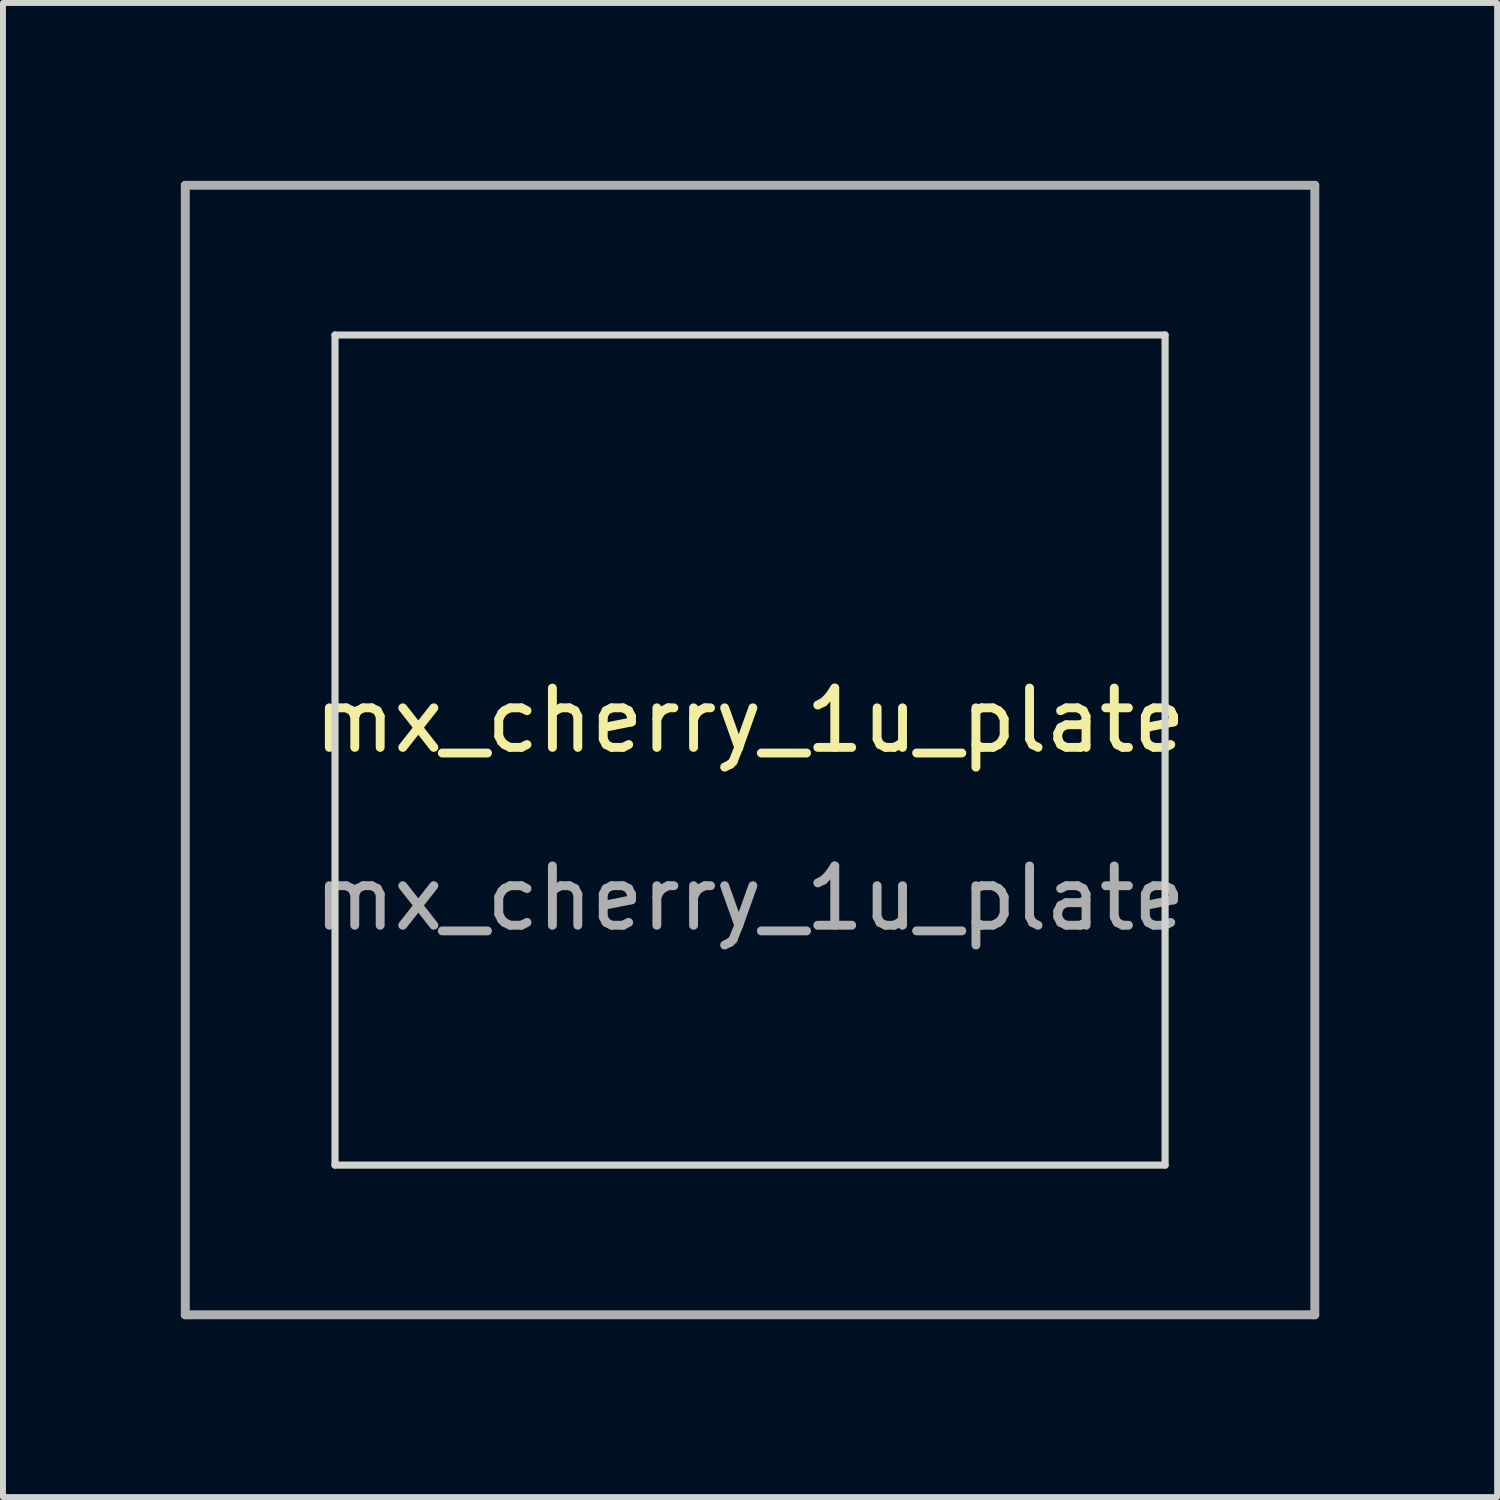
<source format=kicad_pcb>
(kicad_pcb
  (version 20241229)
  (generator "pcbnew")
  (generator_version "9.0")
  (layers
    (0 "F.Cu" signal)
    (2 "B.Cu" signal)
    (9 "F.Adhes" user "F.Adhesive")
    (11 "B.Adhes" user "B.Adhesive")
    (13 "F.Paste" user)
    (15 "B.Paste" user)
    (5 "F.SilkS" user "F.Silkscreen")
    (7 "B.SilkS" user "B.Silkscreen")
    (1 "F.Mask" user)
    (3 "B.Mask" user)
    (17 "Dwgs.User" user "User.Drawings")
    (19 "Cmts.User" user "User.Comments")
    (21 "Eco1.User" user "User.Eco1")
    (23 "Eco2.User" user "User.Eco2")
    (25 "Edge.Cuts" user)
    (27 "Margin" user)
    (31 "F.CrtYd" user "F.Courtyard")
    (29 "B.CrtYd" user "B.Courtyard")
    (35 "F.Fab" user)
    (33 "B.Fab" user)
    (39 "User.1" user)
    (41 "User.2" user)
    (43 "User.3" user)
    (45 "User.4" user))
  (footprint "mx_cherry_1u_plate"
    (layer "F.Cu")
    (at 9.6 9.6)
    (property "Reference" "mx_cherry_1u_plate" (at 0 -0.5 0) (unlocked yes) (layer "F.SilkS") (effects (font (size 1 1) (thickness 0.15))))
    (fp_line (start -7 -7) (end -7 7) (stroke (width 0.12) (type solid)) (layer "Edge.Cuts"))
    (fp_line (start -7 7) (end 7 7) (stroke (width 0.12) (type solid)) (layer "Edge.Cuts"))
    (fp_line (start 7 -7) (end -7 -7) (stroke (width 0.12) (type solid)) (layer "Edge.Cuts"))
    (fp_line (start 7 7) (end 7 -7) (stroke (width 0.12) (type solid)) (layer "Edge.Cuts"))
    (fp_line (start -9.525 -9.525) (end -9.525 9.525) (stroke (width 0.15) (type solid)) (layer "F.Fab"))
    (fp_line (start -9.525 9.525) (end 9.525 9.525) (stroke (width 0.15) (type solid)) (layer "F.Fab"))
    (fp_line (start 9.525 -9.525) (end -9.525 -9.525) (stroke (width 0.15) (type solid)) (layer "F.Fab"))
    (fp_line (start 9.525 9.525) (end 9.525 -9.525) (stroke (width 0.15) (type solid)) (layer "F.Fab"))
    (fp_text user "${REFERENCE}" (at 0 2.5 0) (unlocked yes) (layer "F.Fab") (effects (font (size 1 1) (thickness 0.15)))))
  (gr_rect
    (start -3 -3)
    (end 22.2 22.2)
    (stroke (width 0.1) (type default))
    (fill no)
    (layer "Edge.Cuts")))
</source>
